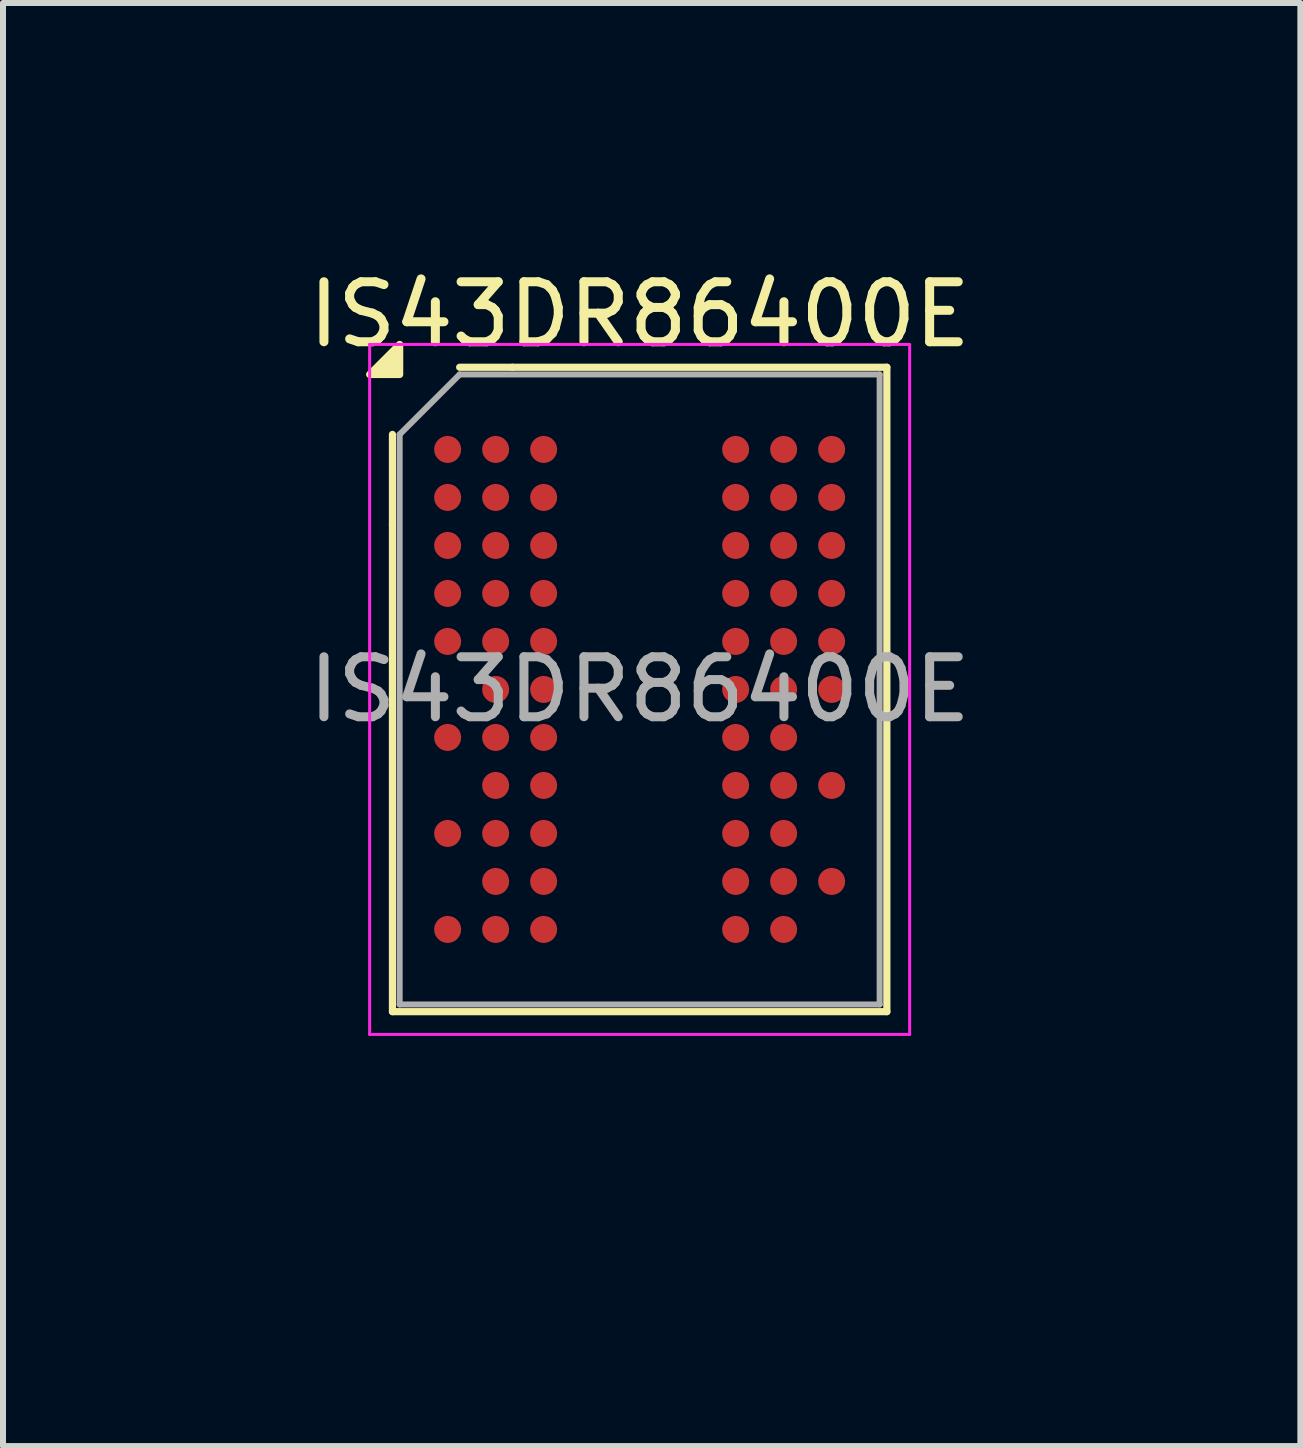
<source format=kicad_pcb>
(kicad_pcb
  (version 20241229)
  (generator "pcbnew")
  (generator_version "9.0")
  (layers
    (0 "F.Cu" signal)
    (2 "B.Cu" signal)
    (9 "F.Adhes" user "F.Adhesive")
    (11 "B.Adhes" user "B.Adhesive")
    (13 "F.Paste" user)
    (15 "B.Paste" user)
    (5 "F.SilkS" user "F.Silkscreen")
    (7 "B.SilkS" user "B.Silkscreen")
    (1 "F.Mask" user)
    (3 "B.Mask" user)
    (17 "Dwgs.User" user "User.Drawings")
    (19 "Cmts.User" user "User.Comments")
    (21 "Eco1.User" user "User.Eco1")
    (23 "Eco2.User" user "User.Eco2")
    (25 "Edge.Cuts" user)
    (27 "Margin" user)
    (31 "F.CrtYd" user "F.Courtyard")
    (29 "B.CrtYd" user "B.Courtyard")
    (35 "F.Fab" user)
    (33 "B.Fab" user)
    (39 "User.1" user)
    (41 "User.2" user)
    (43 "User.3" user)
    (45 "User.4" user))
  (footprint "IS43DR86400E"
    (layer "F.Cu")
    (at 7.611 8.441)
    (property "Reference" "IS43DR86400E" (at 0 -6.25 0) (layer "F.SilkS") (effects (font (size 1 1) (thickness 0.15))))
    (attr smd)
    (fp_line (start -4.12 -4.25) (end -4.12 -2.745) (stroke (width 0.12) (type default)) (layer "F.SilkS"))
    (fp_line (start -4.12 5.37) (end -4.12 -2.745) (stroke (width 0.12) (type default)) (layer "F.SilkS"))
    (fp_line (start -4.12 5.37) (end 4.12 5.37) (stroke (width 0.12) (type default)) (layer "F.SilkS"))
    (fp_line (start -2.12 -5.37) (end -3 -5.37) (stroke (width 0.12) (type default)) (layer "F.SilkS"))
    (fp_line (start -2.12 -5.37) (end 4.12 -5.37) (stroke (width 0.12) (type default)) (layer "F.SilkS"))
    (fp_line (start 4.12 -5.37) (end 4.12 5.37) (stroke (width 0.12) (type default)) (layer "F.SilkS"))
    (fp_poly (pts (xy -4 -5.25) (xy -4.5 -5.25) (xy -4 -5.75) (xy -4 -5.25)) (stroke (width 0.12) (type solid)) (fill yes) (layer "F.SilkS"))
    (fp_line (start -4.5 -5.75) (end 4.5 -5.75) (stroke (width 0.05) (type default)) (layer "F.CrtYd"))
    (fp_line (start -4.5 5.75) (end -4.5 -5.75) (stroke (width 0.05) (type default)) (layer "F.CrtYd"))
    (fp_line (start 4.5 -5.75) (end 4.5 5.75) (stroke (width 0.05) (type default)) (layer "F.CrtYd"))
    (fp_line (start 4.5 5.75) (end -4.5 5.75) (stroke (width 0.05) (type default)) (layer "F.CrtYd"))
    (fp_line (start -4 -4.25) (end -4 5.25) (stroke (width 0.1) (type default)) (layer "F.Fab"))
    (fp_line (start -4 5.25) (end 4 5.25) (stroke (width 0.1) (type default)) (layer "F.Fab"))
    (fp_line (start -3 -5.25) (end -4 -4.25) (stroke (width 0.1) (type default)) (layer "F.Fab"))
    (fp_line (start 4 -5.25) (end -3 -5.25) (stroke (width 0.1) (type default)) (layer "F.Fab"))
    (fp_line (start 4 5.25) (end 4 -5.25) (stroke (width 0.1) (type default)) (layer "F.Fab"))
    (fp_text user "${REFERENCE}" (at 0 0 0) (layer "F.Fab") (effects (font (size 1 1) (thickness 0.15))))
    (dimension (type orthogonal) (layer "User.2") (pts (xy 9.211 12.441) (xy 6.011 12.441)) (height 5) (orientation 0) (format (prefix "") (suffix "") (units 3) (units_format 0) (precision 4) (suppress_zeroes yes)) (style (thickness 0.05) (arrow_length 0.2) (text_position_mode 0) (arrow_direction outward) (extension_height 0.586) (extension_offset 0.5) (keep_text_aligned yes)) (gr_text "3.2" (at 7.611 17.081 0) (layer "User.2") (effects (font (size 0.3 0.3) (thickness 0.06) (bold yes)))))
    (dimension (type orthogonal) (layer "User.2") (pts (xy 4.411 4.441) (xy 4.411 12.441)) (height -3.8) (orientation 1) (format (prefix "") (suffix "") (units 3) (units_format 0) (precision 4) (suppress_zeroes yes)) (style (thickness 0.05) (arrow_length 0.2) (text_position_mode 0) (arrow_direction outward) (extension_height 0.586) (extension_offset 0.5) (keep_text_aligned yes)) (gr_text "8" (at 0.251 8.441 90) (layer "User.2") (effects (font (size 0.3 0.3) (thickness 0.06) (bold yes)))))
    (dimension (type orthogonal) (layer "User.2") (pts (xy 4.411 4.441) (xy 10.811 4.441)) (height -3.8) (orientation 0) (format (prefix "") (suffix "") (units 3) (units_format 0) (precision 4) (suppress_zeroes yes)) (style (thickness 0.05) (arrow_length 0.2) (text_position_mode 0) (arrow_direction outward) (extension_height 0.586) (extension_offset 0.5) (keep_text_aligned yes)) (gr_text "6.4" (at 7.611 0.281 0) (layer "User.2") (effects (font (size 0.3 0.3) (thickness 0.06) (bold yes)))))
    (dimension (type orthogonal) (layer "User.2") (pts (xy 10.811 11.641) (xy 10.011 12.441)) (height 4.2) (orientation 1) (format (prefix "") (suffix "") (units 3) (units_format 0) (precision 4) (suppress_zeroes yes)) (style (thickness 0.05) (arrow_length 0.2) (text_position_mode 0) (arrow_direction outward) (extension_height 0.586) (extension_offset 0.5) (keep_text_aligned yes)) (gr_text "0.8" (at 14.651 12.041 90) (layer "User.2") (effects (font (size 0.3 0.3) (thickness 0.06) (bold yes)))))
    (dimension (type orthogonal) (layer "User.2") (pts (xy 10.011 12.441) (xy 9.211 12.441)) (height 5) (orientation 0) (format (prefix "") (suffix "") (units 3) (units_format 0) (precision 4) (suppress_zeroes yes)) (style (thickness 0.05) (arrow_length 0.2) (text_position_mode 0) (arrow_direction outward) (extension_height 0.586) (extension_offset 0.5) (keep_text_aligned yes)) (gr_text "0.8" (at 9.611 17.081 0) (layer "User.2") (effects (font (size 0.3 0.3) (thickness 0.06) (bold yes)))))
    (pad "A1" smd circle (at -3.2 -4) (size 0.45 0.45) (layers "F.Cu" "F.Mask" "F.Paste"))
    (pad "A2" smd circle (at -2.4 -4) (size 0.45 0.45) (layers "F.Cu" "F.Mask" "F.Paste"))
    (pad "A3" smd circle (at -1.6 -4) (size 0.45 0.45) (layers "F.Cu" "F.Mask" "F.Paste"))
    (pad "A7" smd circle (at 1.6 -4) (size 0.45 0.45) (layers "F.Cu" "F.Mask" "F.Paste"))
    (pad "A8" smd circle (at 2.4 -4) (size 0.45 0.45) (layers "F.Cu" "F.Mask" "F.Paste"))
    (pad "A9" smd circle (at 3.2 -4) (size 0.45 0.45) (layers "F.Cu" "F.Mask" "F.Paste"))
    (pad "B1" smd circle (at -3.2 -3.2) (size 0.45 0.45) (layers "F.Cu" "F.Mask" "F.Paste"))
    (pad "B2" smd circle (at -2.4 -3.2) (size 0.45 0.45) (layers "F.Cu" "F.Mask" "F.Paste"))
    (pad "B3" smd circle (at -1.6 -3.2) (size 0.45 0.45) (layers "F.Cu" "F.Mask" "F.Paste"))
    (pad "B7" smd circle (at 1.6 -3.2) (size 0.45 0.45) (layers "F.Cu" "F.Mask" "F.Paste"))
    (pad "B8" smd circle (at 2.4 -3.2) (size 0.45 0.45) (layers "F.Cu" "F.Mask" "F.Paste"))
    (pad "B9" smd circle (at 3.2 -3.2) (size 0.45 0.45) (layers "F.Cu" "F.Mask" "F.Paste"))
    (pad "C1" smd circle (at -3.2 -2.4) (size 0.45 0.45) (layers "F.Cu" "F.Mask" "F.Paste"))
    (pad "C2" smd circle (at -2.4 -2.4) (size 0.45 0.45) (layers "F.Cu" "F.Mask" "F.Paste"))
    (pad "C3" smd circle (at -1.6 -2.4) (size 0.45 0.45) (layers "F.Cu" "F.Mask" "F.Paste"))
    (pad "C7" smd circle (at 1.6 -2.4) (size 0.45 0.45) (layers "F.Cu" "F.Mask" "F.Paste"))
    (pad "C8" smd circle (at 2.4 -2.4) (size 0.45 0.45) (layers "F.Cu" "F.Mask" "F.Paste"))
    (pad "C9" smd circle (at 3.2 -2.4) (size 0.45 0.45) (layers "F.Cu" "F.Mask" "F.Paste"))
    (pad "D1" smd circle (at -3.2 -1.6) (size 0.45 0.45) (layers "F.Cu" "F.Mask" "F.Paste"))
    (pad "D2" smd circle (at -2.4 -1.6) (size 0.45 0.45) (layers "F.Cu" "F.Mask" "F.Paste"))
    (pad "D3" smd circle (at -1.6 -1.6) (size 0.45 0.45) (layers "F.Cu" "F.Mask" "F.Paste"))
    (pad "D7" smd circle (at 1.6 -1.6) (size 0.45 0.45) (layers "F.Cu" "F.Mask" "F.Paste"))
    (pad "D8" smd circle (at 2.4 -1.6) (size 0.45 0.45) (layers "F.Cu" "F.Mask" "F.Paste"))
    (pad "D9" smd circle (at 3.2 -1.6) (size 0.45 0.45) (layers "F.Cu" "F.Mask" "F.Paste"))
    (pad "E1" smd circle (at -3.2 -0.8) (size 0.45 0.45) (layers "F.Cu" "F.Mask" "F.Paste"))
    (pad "E2" smd circle (at -2.4 -0.8) (size 0.45 0.45) (layers "F.Cu" "F.Mask" "F.Paste"))
    (pad "E3" smd circle (at -1.6 -0.8) (size 0.45 0.45) (layers "F.Cu" "F.Mask" "F.Paste"))
    (pad "E7" smd circle (at 1.6 -0.8) (size 0.45 0.45) (layers "F.Cu" "F.Mask" "F.Paste"))
    (pad "E8" smd circle (at 2.4 -0.8) (size 0.45 0.45) (layers "F.Cu" "F.Mask" "F.Paste"))
    (pad "E9" smd circle (at 3.2 -0.8) (size 0.45 0.45) (layers "F.Cu" "F.Mask" "F.Paste"))
    (pad "F2" smd circle (at -2.4 0) (size 0.45 0.45) (layers "F.Cu" "F.Mask" "F.Paste"))
    (pad "F3" smd circle (at -1.6 0) (size 0.45 0.45) (layers "F.Cu" "F.Mask" "F.Paste"))
    (pad "F7" smd circle (at 1.6 0) (size 0.45 0.45) (layers "F.Cu" "F.Mask" "F.Paste"))
    (pad "F8" smd circle (at 2.4 0) (size 0.45 0.45) (layers "F.Cu" "F.Mask" "F.Paste"))
    (pad "F9" smd circle (at 3.2 0) (size 0.45 0.45) (layers "F.Cu" "F.Mask" "F.Paste"))
    (pad "G1" smd circle (at -3.2 0.8) (size 0.45 0.45) (layers "F.Cu" "F.Mask" "F.Paste"))
    (pad "G2" smd circle (at -2.4 0.8) (size 0.45 0.45) (layers "F.Cu" "F.Mask" "F.Paste"))
    (pad "G3" smd circle (at -1.6 0.8) (size 0.45 0.45) (layers "F.Cu" "F.Mask" "F.Paste"))
    (pad "G7" smd circle (at 1.6 0.8) (size 0.45 0.45) (layers "F.Cu" "F.Mask" "F.Paste"))
    (pad "G8" smd circle (at 2.4 0.8) (size 0.45 0.45) (layers "F.Cu" "F.Mask" "F.Paste"))
    (pad "H2" smd circle (at -2.4 1.6) (size 0.45 0.45) (layers "F.Cu" "F.Mask" "F.Paste"))
    (pad "H3" smd circle (at -1.6 1.6) (size 0.45 0.45) (layers "F.Cu" "F.Mask" "F.Paste"))
    (pad "H7" smd circle (at 1.6 1.6) (size 0.45 0.45) (layers "F.Cu" "F.Mask" "F.Paste"))
    (pad "H8" smd circle (at 2.4 1.6) (size 0.45 0.45) (layers "F.Cu" "F.Mask" "F.Paste"))
    (pad "H9" smd circle (at 3.2 1.6) (size 0.45 0.45) (layers "F.Cu" "F.Mask" "F.Paste"))
    (pad "J1" smd circle (at -3.2 2.4) (size 0.45 0.45) (layers "F.Cu" "F.Mask" "F.Paste"))
    (pad "J2" smd circle (at -2.4 2.4) (size 0.45 0.45) (layers "F.Cu" "F.Mask" "F.Paste"))
    (pad "J3" smd circle (at -1.6 2.4) (size 0.45 0.45) (layers "F.Cu" "F.Mask" "F.Paste"))
    (pad "J7" smd circle (at 1.6 2.4) (size 0.45 0.45) (layers "F.Cu" "F.Mask" "F.Paste"))
    (pad "J8" smd circle (at 2.4 2.4) (size 0.45 0.45) (layers "F.Cu" "F.Mask" "F.Paste"))
    (pad "K2" smd circle (at -2.4 3.2) (size 0.45 0.45) (layers "F.Cu" "F.Mask" "F.Paste"))
    (pad "K3" smd circle (at -1.6 3.2) (size 0.45 0.45) (layers "F.Cu" "F.Mask" "F.Paste"))
    (pad "K7" smd circle (at 1.6 3.2) (size 0.45 0.45) (layers "F.Cu" "F.Mask" "F.Paste"))
    (pad "K8" smd circle (at 2.4 3.2) (size 0.45 0.45) (layers "F.Cu" "F.Mask" "F.Paste"))
    (pad "K9" smd circle (at 3.2 3.2) (size 0.45 0.45) (layers "F.Cu" "F.Mask" "F.Paste"))
    (pad "L1" smd circle (at -3.2 4) (size 0.45 0.45) (layers "F.Cu" "F.Mask" "F.Paste"))
    (pad "L2" smd circle (at -2.4 4) (size 0.45 0.45) (layers "F.Cu" "F.Mask" "F.Paste"))
    (pad "L3" smd circle (at -1.6 4) (size 0.45 0.45) (layers "F.Cu" "F.Mask" "F.Paste"))
    (pad "L7" smd circle (at 1.6 4) (size 0.45 0.45) (layers "F.Cu" "F.Mask" "F.Paste"))
    (pad "L8" smd circle (at 2.4 4) (size 0.45 0.45) (layers "F.Cu" "F.Mask" "F.Paste")))
  (gr_rect
    (start -3 -3)
    (end 18.623 21.052)
    (stroke (width 0.1) (type default))
    (fill no)
    (layer "Edge.Cuts")))
</source>
